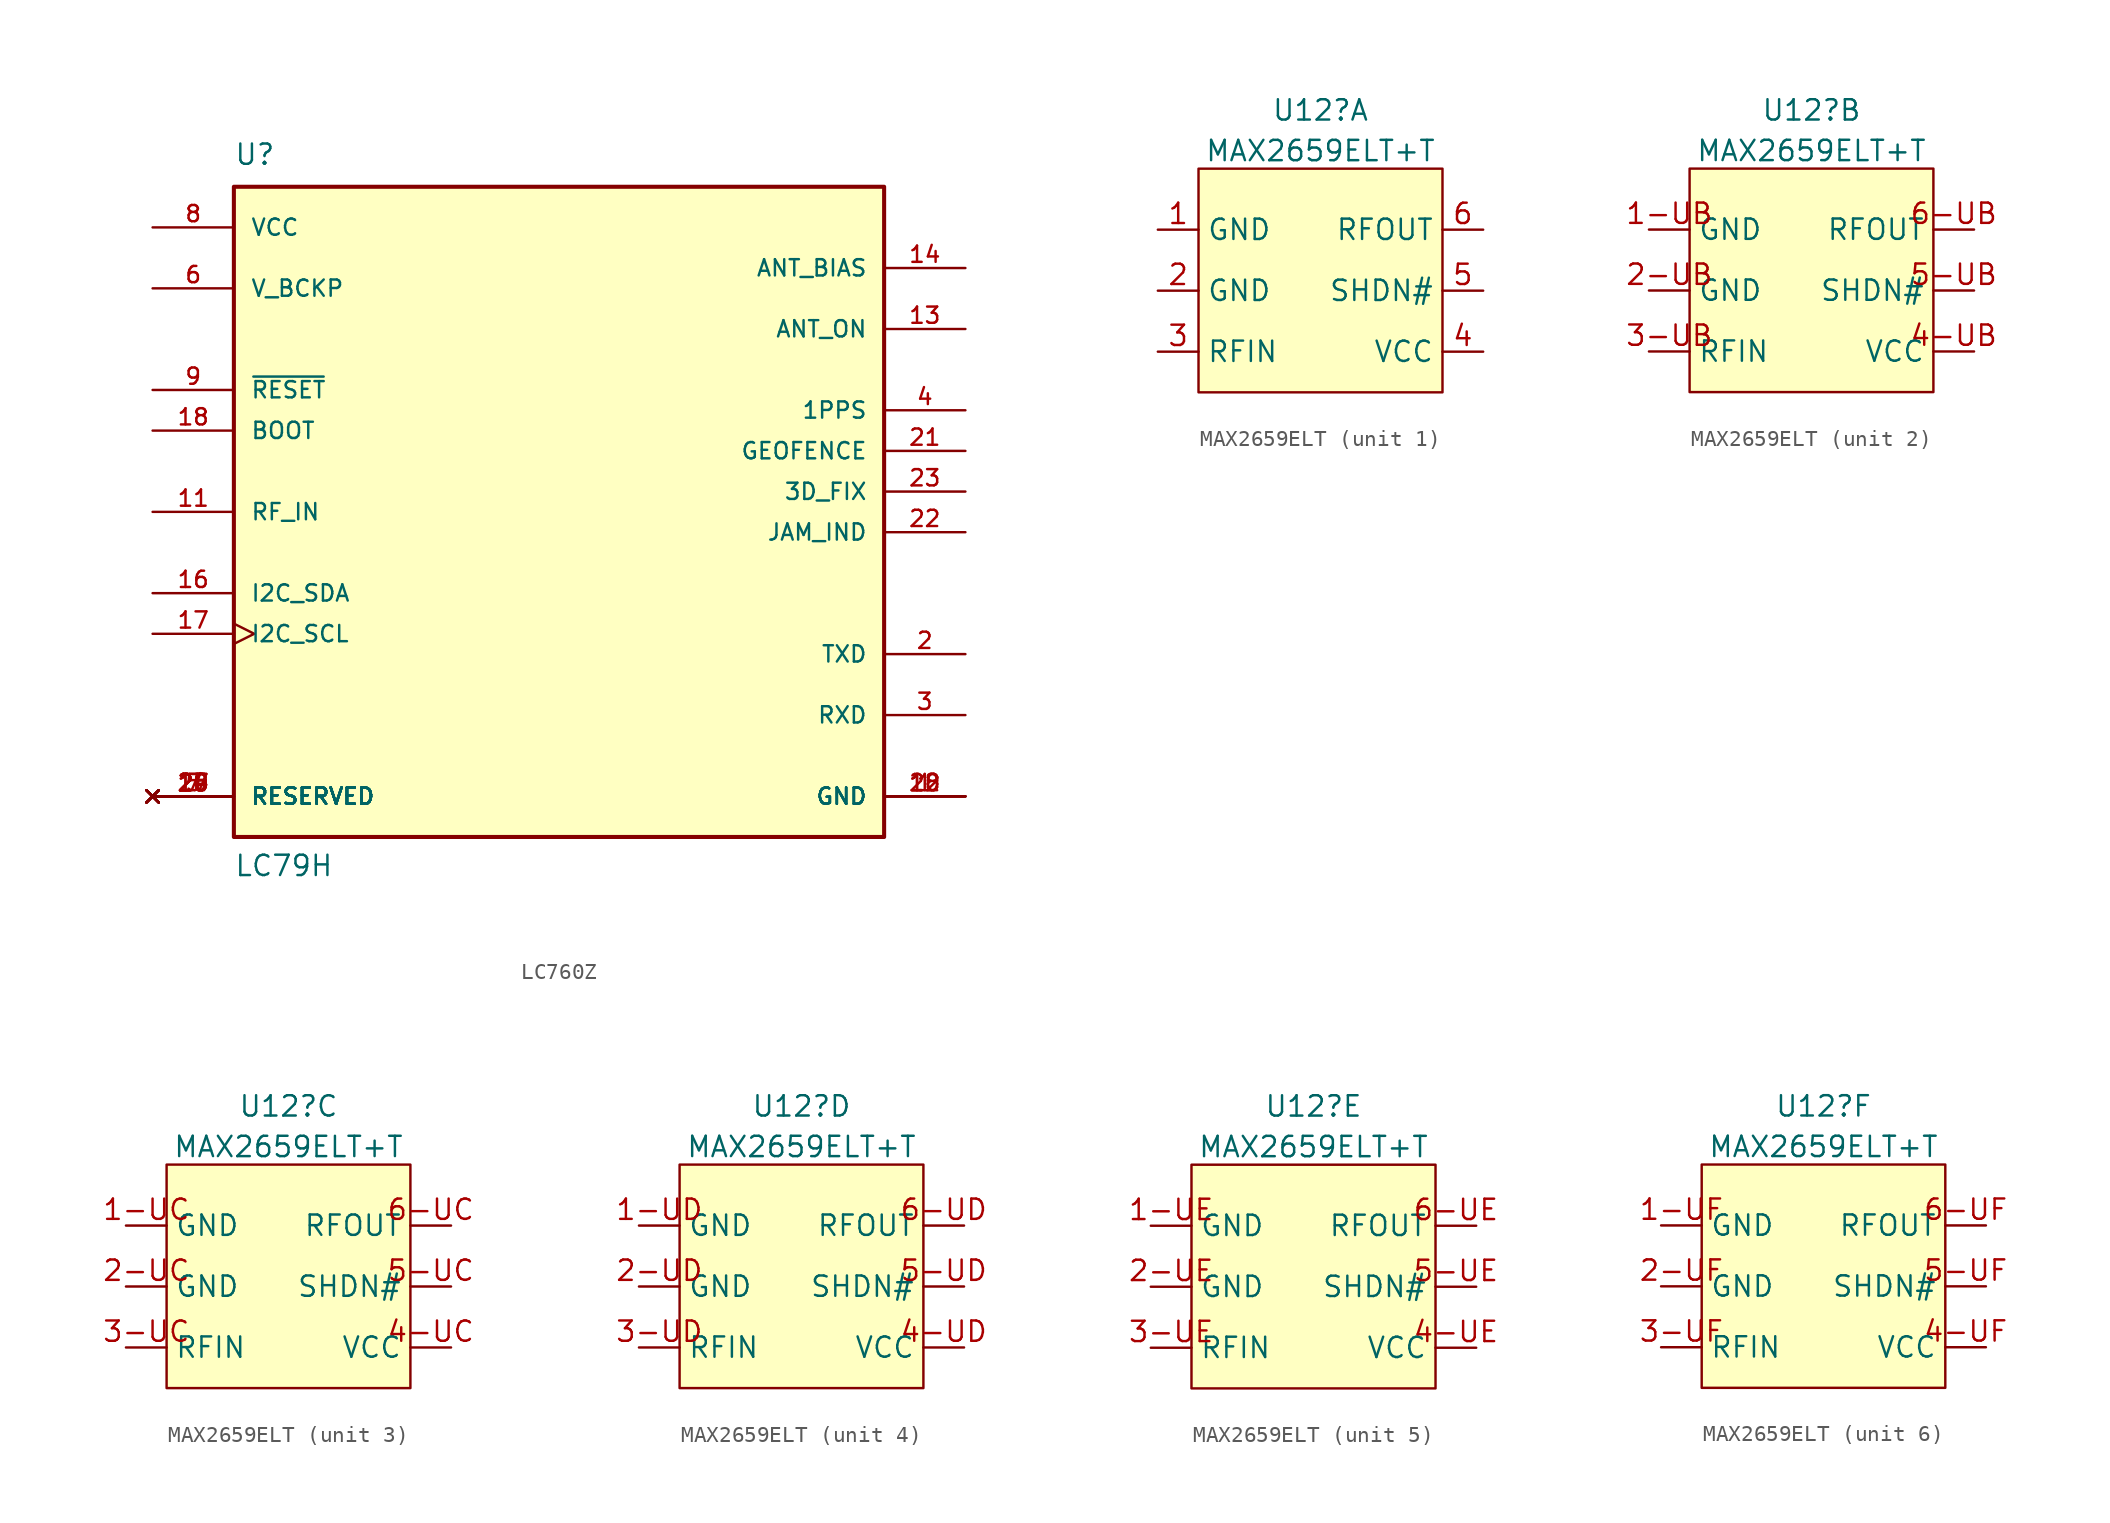
<source format=kicad_sym>
(kicad_symbol_lib
  (version 20231120)
  (generator "kicad_symbol_editor")
  (generator_version "8.0")
  (symbol "LC760Z"
    (pin_names
      (offset 1.016))
    (property "Reference" "U"
      (at -20.32 21.59 0)
      (effects (font (size 1.27 1.27)) (justify left bottom)))
    (property "Value" "LC79H"
      (at -20.32 -22.86 0)
      (effects (font (size 1.27 1.27)) (justify left bottom)))
    (symbol "LC760Z_0_0"
      (rectangle (start -20.32 20.32) (end 20.32 -20.32) (stroke (width 0.254) (type default)) (fill (type background)))
      (pin power_in line (at 25.4 -17.78 180) (length 5.08) (name "GND" (effects (font (size 1.016 1.016)))) (number "1" (effects (font (size 1.016 1.016)))))
      (pin power_in line (at 25.4 -17.78 180) (length 5.08) (name "GND" (effects (font (size 1.016 1.016)))) (number "10" (effects (font (size 1.016 1.016)))))
      (pin input line (at -25.4 0 0) (length 5.08) (name "RF_IN" (effects (font (size 1.016 1.016)))) (number "11" (effects (font (size 1.016 1.016)))))
      (pin power_in line (at 25.4 -17.78 180) (length 5.08) (name "GND" (effects (font (size 1.016 1.016)))) (number "12" (effects (font (size 1.016 1.016)))))
      (pin output line (at 25.4 11.43 180) (length 5.08) (name "ANT_ON" (effects (font (size 1.016 1.016)))) (number "13" (effects (font (size 1.016 1.016)))))
      (pin no_connect line (at -25.4 -17.78 0) (length 5.08) (name "RESERVED" (effects (font (size 1.016 1.016)))) (number "15" (effects (font (size 1.016 1.016)))))
      (pin bidirectional line (at -25.4 -5.08 0) (length 5.08) (name "I2C_SDA" (effects (font (size 1.016 1.016)))) (number "16" (effects (font (size 1.016 1.016)))))
      (pin input clock (at -25.4 -7.62 0) (length 5.08) (name "I2C_SCL" (effects (font (size 1.016 1.016)))) (number "17" (effects (font (size 1.016 1.016)))))
      (pin no_connect line (at -25.4 -17.78 0) (length 5.08) (name "RESERVED" (effects (font (size 1.016 1.016)))) (number "19" (effects (font (size 1.016 1.016)))))
      (pin output line (at 25.4 -8.89 180) (length 5.08) (name "TXD" (effects (font (size 1.016 1.016)))) (number "2" (effects (font (size 1.016 1.016)))))
      (pin no_connect line (at -25.4 -17.78 0) (length 5.08) (name "RESERVED" (effects (font (size 1.016 1.016)))) (number "20" (effects (font (size 1.016 1.016)))))
      (pin output line (at 25.4 3.81 180) (length 5.08) (name "GEOFENCE" (effects (font (size 1.016 1.016)))) (number "21" (effects (font (size 1.016 1.016)))))
      (pin output line (at 25.4 -1.27 180) (length 5.08) (name "JAM_IND" (effects (font (size 1.016 1.016)))) (number "22" (effects (font (size 1.016 1.016)))))
      (pin output line (at 25.4 1.27 180) (length 5.08) (name "3D_FIX" (effects (font (size 1.016 1.016)))) (number "23" (effects (font (size 1.016 1.016)))))
      (pin no_connect line (at -25.4 -17.78 0) (length 5.08) (name "RESERVED" (effects (font (size 1.016 1.016)))) (number "24" (effects (font (size 1.016 1.016)))))
      (pin no_connect line (at -25.4 -17.78 0) (length 5.08) (name "RESERVED" (effects (font (size 1.016 1.016)))) (number "25" (effects (font (size 1.016 1.016)))))
      (pin no_connect line (at -25.4 -17.78 0) (length 5.08) (name "RESERVED" (effects (font (size 1.016 1.016)))) (number "26" (effects (font (size 1.016 1.016)))))
      (pin no_connect line (at -25.4 -17.78 0) (length 5.08) (name "RESERVED" (effects (font (size 1.016 1.016)))) (number "27" (effects (font (size 1.016 1.016)))))
      (pin power_in line (at 25.4 -17.78 180) (length 5.08) (name "GND" (effects (font (size 1.016 1.016)))) (number "28" (effects (font (size 1.016 1.016)))))
      (pin input line (at 25.4 -12.7 180) (length 5.08) (name "RXD" (effects (font (size 1.016 1.016)))) (number "3" (effects (font (size 1.016 1.016)))))
      (pin output line (at 25.4 6.35 180) (length 5.08) (name "1PPS" (effects (font (size 1.016 1.016)))) (number "4" (effects (font (size 1.016 1.016)))))
      (pin no_connect line (at -25.4 -17.78 0) (length 5.08) (name "RESERVED" (effects (font (size 1.016 1.016)))) (number "5" (effects (font (size 1.016 1.016)))))
      (pin power_in line (at -25.4 13.97 0) (length 5.08) (name "V_BCKP" (effects (font (size 1.016 1.016)))) (number "6" (effects (font (size 1.016 1.016)))))
      (pin no_connect line (at -25.4 -17.78 0) (length 5.08) (name "RESERVED" (effects (font (size 1.016 1.016)))) (number "7" (effects (font (size 1.016 1.016)))))
      (pin power_in line (at -25.4 17.78 0) (length 5.08) (name "VCC" (effects (font (size 1.016 1.016)))) (number "8" (effects (font (size 1.016 1.016)))))
      (pin input line (at -25.4 7.62 0) (length 5.08) (name "~{RESET}" (effects (font (size 1.016 1.016)))) (number "9" (effects (font (size 1.016 1.016))))))
    (symbol "LC760Z_1_0"
      (pin power_in line (at 25.4 15.24 180) (length 5.08) (name "ANT_BIAS" (effects (font (size 1.016 1.016)))) (number "14" (effects (font (size 1.016 1.016)))))
      (pin input line (at -25.4 5.08 0) (length 5.08) (name "BOOT" (effects (font (size 1.016 1.016)))) (number "18" (effects (font (size 1.016 1.016)))))))
  (symbol "MAX2659ELT"
    (property "Reference" "U12"
      (at 0 3.649 0)
      (effects (font (size 1.27 1.27))))
    (property "Value" "MAX2659ELT+T"
      (at 0 1.112 0)
      (effects (font (size 1.27 1.27))))
    (symbol "MAX2659ELT_0_1"
      (rectangle (start -7.62 0) (end 7.62 -13.97) (stroke (width 0.152) (type default)) (fill (type background))))
    (symbol "MAX2659ELT_1_1"
      (pin input line (at -10.16 -3.81 0) (length 2.54) (name "GND" (effects (font (size 1.27 1.27)))) (number "1" (effects (font (size 1.27 1.27)))))
      (pin input line (at -10.16 -7.62 0) (length 2.54) (name "GND" (effects (font (size 1.27 1.27)))) (number "2" (effects (font (size 1.27 1.27)))))
      (pin input line (at -10.16 -11.43 0) (length 2.54) (name "RFIN" (effects (font (size 1.27 1.27)))) (number "3" (effects (font (size 1.27 1.27)))))
      (pin input line (at 10.16 -11.43 180) (length 2.54) (name "VCC" (effects (font (size 1.27 1.27)))) (number "4" (effects (font (size 1.27 1.27)))))
      (pin input line (at 10.16 -7.62 180) (length 2.54) (name "SHDN#" (effects (font (size 1.27 1.27)))) (number "5" (effects (font (size 1.27 1.27)))))
      (pin input line (at 10.16 -3.81 180) (length 2.54) (name "RFOUT" (effects (font (size 1.27 1.27)))) (number "6" (effects (font (size 1.27 1.27))))))
    (symbol "MAX2659ELT_2_1"
      (pin input line (at -10.16 -3.81 0) (length 2.54) (name "GND" (effects (font (size 1.27 1.27)))) (number "1-UB" (effects (font (size 1.27 1.27)))))
      (pin input line (at -10.16 -7.62 0) (length 2.54) (name "GND" (effects (font (size 1.27 1.27)))) (number "2-UB" (effects (font (size 1.27 1.27)))))
      (pin input line (at -10.16 -11.43 0) (length 2.54) (name "RFIN" (effects (font (size 1.27 1.27)))) (number "3-UB" (effects (font (size 1.27 1.27)))))
      (pin input line (at 10.16 -11.43 180) (length 2.54) (name "VCC" (effects (font (size 1.27 1.27)))) (number "4-UB" (effects (font (size 1.27 1.27)))))
      (pin input line (at 10.16 -7.62 180) (length 2.54) (name "SHDN#" (effects (font (size 1.27 1.27)))) (number "5-UB" (effects (font (size 1.27 1.27)))))
      (pin input line (at 10.16 -3.81 180) (length 2.54) (name "RFOUT" (effects (font (size 1.27 1.27)))) (number "6-UB" (effects (font (size 1.27 1.27))))))
    (symbol "MAX2659ELT_3_1"
      (pin input line (at -10.16 -3.81 0) (length 2.54) (name "GND" (effects (font (size 1.27 1.27)))) (number "1-UC" (effects (font (size 1.27 1.27)))))
      (pin input line (at -10.16 -7.62 0) (length 2.54) (name "GND" (effects (font (size 1.27 1.27)))) (number "2-UC" (effects (font (size 1.27 1.27)))))
      (pin input line (at -10.16 -11.43 0) (length 2.54) (name "RFIN" (effects (font (size 1.27 1.27)))) (number "3-UC" (effects (font (size 1.27 1.27)))))
      (pin input line (at 10.16 -11.43 180) (length 2.54) (name "VCC" (effects (font (size 1.27 1.27)))) (number "4-UC" (effects (font (size 1.27 1.27)))))
      (pin input line (at 10.16 -7.62 180) (length 2.54) (name "SHDN#" (effects (font (size 1.27 1.27)))) (number "5-UC" (effects (font (size 1.27 1.27)))))
      (pin input line (at 10.16 -3.81 180) (length 2.54) (name "RFOUT" (effects (font (size 1.27 1.27)))) (number "6-UC" (effects (font (size 1.27 1.27))))))
    (symbol "MAX2659ELT_4_1"
      (pin input line (at -10.16 -3.81 0) (length 2.54) (name "GND" (effects (font (size 1.27 1.27)))) (number "1-UD" (effects (font (size 1.27 1.27)))))
      (pin input line (at -10.16 -7.62 0) (length 2.54) (name "GND" (effects (font (size 1.27 1.27)))) (number "2-UD" (effects (font (size 1.27 1.27)))))
      (pin input line (at -10.16 -11.43 0) (length 2.54) (name "RFIN" (effects (font (size 1.27 1.27)))) (number "3-UD" (effects (font (size 1.27 1.27)))))
      (pin input line (at 10.16 -11.43 180) (length 2.54) (name "VCC" (effects (font (size 1.27 1.27)))) (number "4-UD" (effects (font (size 1.27 1.27)))))
      (pin input line (at 10.16 -7.62 180) (length 2.54) (name "SHDN#" (effects (font (size 1.27 1.27)))) (number "5-UD" (effects (font (size 1.27 1.27)))))
      (pin input line (at 10.16 -3.81 180) (length 2.54) (name "RFOUT" (effects (font (size 1.27 1.27)))) (number "6-UD" (effects (font (size 1.27 1.27))))))
    (symbol "MAX2659ELT_5_1"
      (pin input line (at -10.16 -3.81 0) (length 2.54) (name "GND" (effects (font (size 1.27 1.27)))) (number "1-UE" (effects (font (size 1.27 1.27)))))
      (pin input line (at -10.16 -7.62 0) (length 2.54) (name "GND" (effects (font (size 1.27 1.27)))) (number "2-UE" (effects (font (size 1.27 1.27)))))
      (pin input line (at -10.16 -11.43 0) (length 2.54) (name "RFIN" (effects (font (size 1.27 1.27)))) (number "3-UE" (effects (font (size 1.27 1.27)))))
      (pin input line (at 10.16 -11.43 180) (length 2.54) (name "VCC" (effects (font (size 1.27 1.27)))) (number "4-UE" (effects (font (size 1.27 1.27)))))
      (pin input line (at 10.16 -7.62 180) (length 2.54) (name "SHDN#" (effects (font (size 1.27 1.27)))) (number "5-UE" (effects (font (size 1.27 1.27)))))
      (pin input line (at 10.16 -3.81 180) (length 2.54) (name "RFOUT" (effects (font (size 1.27 1.27)))) (number "6-UE" (effects (font (size 1.27 1.27))))))
    (symbol "MAX2659ELT_6_1"
      (pin input line (at -10.16 -3.81 0) (length 2.54) (name "GND" (effects (font (size 1.27 1.27)))) (number "1-UF" (effects (font (size 1.27 1.27)))))
      (pin input line (at -10.16 -7.62 0) (length 2.54) (name "GND" (effects (font (size 1.27 1.27)))) (number "2-UF" (effects (font (size 1.27 1.27)))))
      (pin input line (at -10.16 -11.43 0) (length 2.54) (name "RFIN" (effects (font (size 1.27 1.27)))) (number "3-UF" (effects (font (size 1.27 1.27)))))
      (pin input line (at 10.16 -11.43 180) (length 2.54) (name "VCC" (effects (font (size 1.27 1.27)))) (number "4-UF" (effects (font (size 1.27 1.27)))))
      (pin input line (at 10.16 -7.62 180) (length 2.54) (name "SHDN#" (effects (font (size 1.27 1.27)))) (number "5-UF" (effects (font (size 1.27 1.27)))))
      (pin input line (at 10.16 -3.81 180) (length 2.54) (name "RFOUT" (effects (font (size 1.27 1.27)))) (number "6-UF" (effects (font (size 1.27 1.27))))))))
</source>
